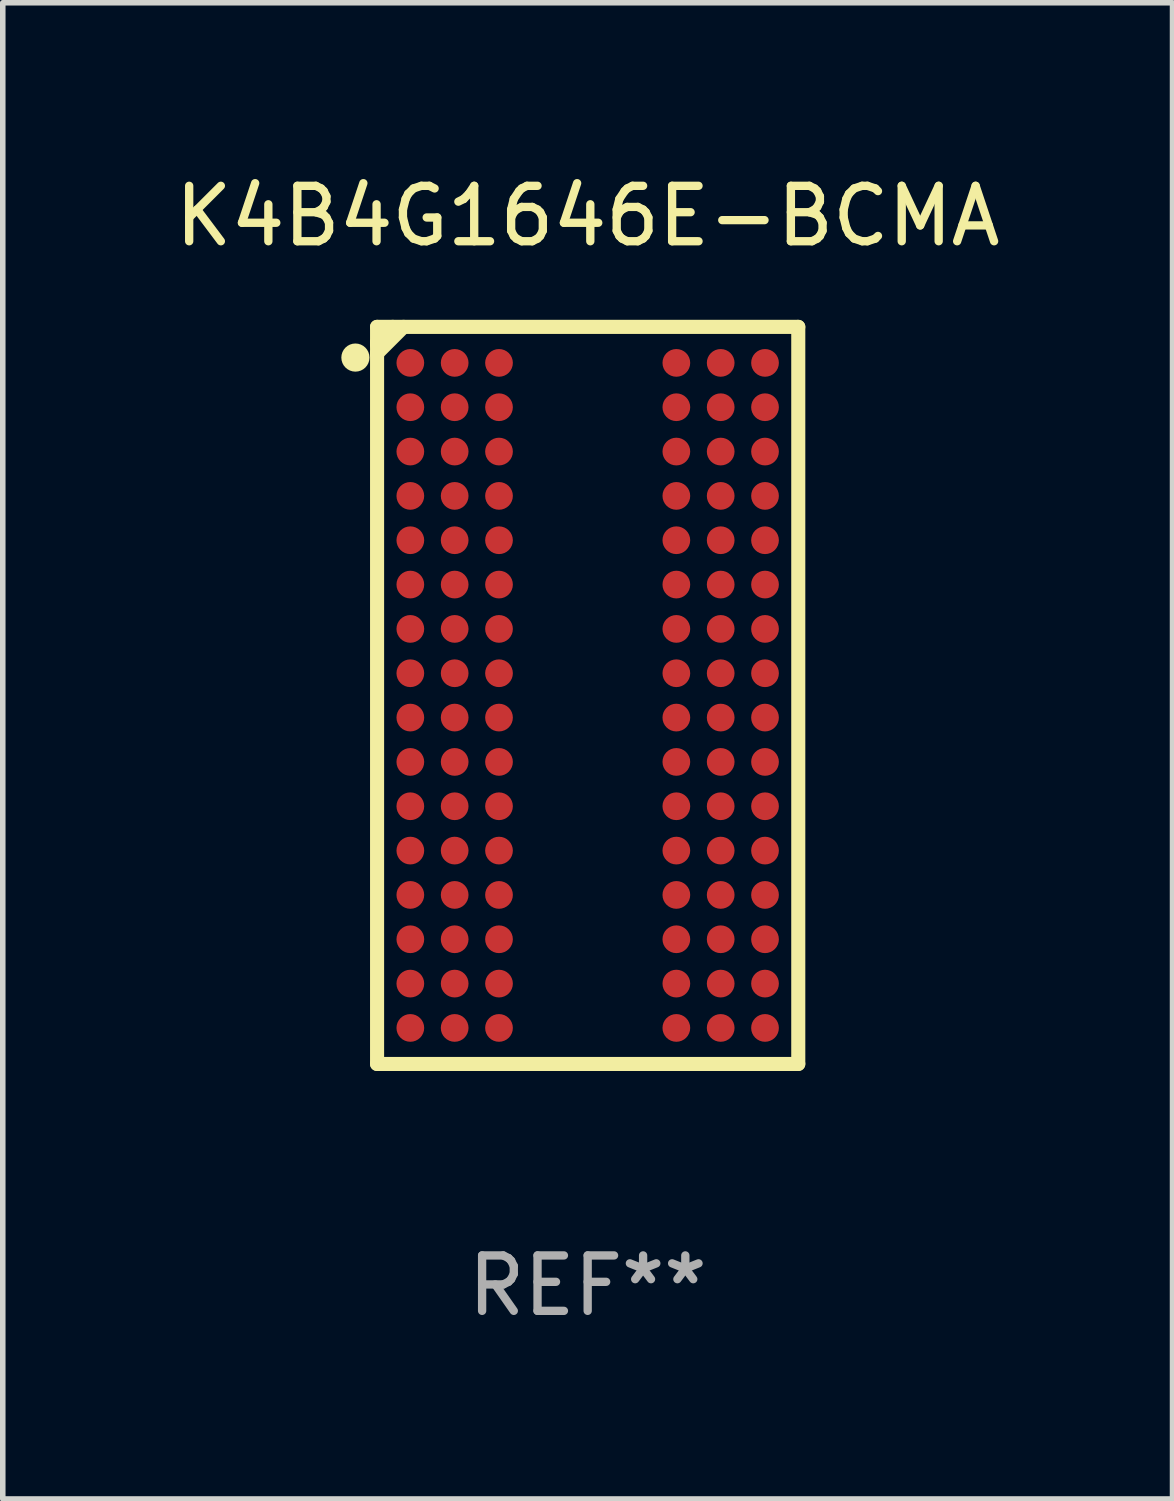
<source format=kicad_pcb>
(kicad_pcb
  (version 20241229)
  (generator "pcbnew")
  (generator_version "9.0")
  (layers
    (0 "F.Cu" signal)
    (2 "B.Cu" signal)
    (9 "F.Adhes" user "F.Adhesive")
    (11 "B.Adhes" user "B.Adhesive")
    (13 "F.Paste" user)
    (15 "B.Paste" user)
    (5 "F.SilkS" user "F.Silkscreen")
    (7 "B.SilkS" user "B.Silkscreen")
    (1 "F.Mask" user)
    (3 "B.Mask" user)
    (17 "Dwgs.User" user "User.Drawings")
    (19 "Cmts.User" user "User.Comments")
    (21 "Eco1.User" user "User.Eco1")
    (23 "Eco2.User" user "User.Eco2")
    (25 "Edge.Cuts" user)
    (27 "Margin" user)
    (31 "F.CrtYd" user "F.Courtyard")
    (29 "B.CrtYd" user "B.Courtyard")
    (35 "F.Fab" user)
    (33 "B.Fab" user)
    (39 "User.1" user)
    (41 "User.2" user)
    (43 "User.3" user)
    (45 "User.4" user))
  (footprint "K4B4G1646E-BCMA"
    (layer "F.Cu")
    (at 7.554 9.498)
    (property "Reference" "K4B4G1646E-BCMA" (at 0 -8.65 0) (layer "F.SilkS") (effects (font (size 1 1) (thickness 0.15))))
    (attr through_hole)
    (fp_line (start -3.8 -6.65) (end -3.8 6.65) (stroke (width 0.254) (type solid)) (layer "F.SilkS"))
    (fp_line (start -3.8 -6.65) (end 3.8 -6.65) (stroke (width 0.254) (type solid)) (layer "F.SilkS"))
    (fp_line (start -3.8 -6.368) (end -3.8 -6.323) (stroke (width 0.254) (type solid)) (layer "F.SilkS"))
    (fp_line (start -3.8 -6.172) (end -3.8 -6.163) (stroke (width 0.254) (type solid)) (layer "F.SilkS"))
    (fp_line (start -3.8 6.65) (end 3.8 6.65) (stroke (width 0.254) (type solid)) (layer "F.SilkS"))
    (fp_line (start -3.518 -6.65) (end -3.8 -6.368) (stroke (width 0.254) (type solid)) (layer "F.SilkS"))
    (fp_line (start -3.322 -6.65) (end -3.8 -6.172) (stroke (width 0.254) (type solid)) (layer "F.SilkS"))
    (fp_line (start 3.8 -6.65) (end 3.8 6.65) (stroke (width 0.254) (type solid)) (layer "F.SilkS"))
    (fp_circle (center -4.191 -6.096) (end -4.064 -6.096) (stroke (width 0.254) (type solid)) (fill no) (layer "F.SilkS"))
    (fp_circle (center -3.75 -6.65) (end -3.72 -6.65) (stroke (width 0.06) (type solid)) (fill no) (layer "F.SilkS"))
    (fp_text user "REF**" (at 0 10.65 0) (layer "F.Fab") (effects (font (size 1 1) (thickness 0.15))))
    (pad "A1" smd circle (at -3.2 -6) (size 0.5 0.5) (layers "F.Cu" "F.Mask" "F.Paste"))
    (pad "A2" smd circle (at -2.4 -6) (size 0.5 0.5) (layers "F.Cu" "F.Mask" "F.Paste"))
    (pad "A3" smd circle (at -1.6 -6) (size 0.5 0.5) (layers "F.Cu" "F.Mask" "F.Paste"))
    (pad "A7" smd circle (at 1.6 -6) (size 0.5 0.5) (layers "F.Cu" "F.Mask" "F.Paste"))
    (pad "A8" smd circle (at 2.4 -6) (size 0.5 0.5) (layers "F.Cu" "F.Mask" "F.Paste"))
    (pad "A9" smd circle (at 3.2 -6) (size 0.5 0.5) (layers "F.Cu" "F.Mask" "F.Paste"))
    (pad "B1" smd circle (at -3.2 -5.2) (size 0.5 0.5) (layers "F.Cu" "F.Mask" "F.Paste"))
    (pad "B2" smd circle (at -2.4 -5.2) (size 0.5 0.5) (layers "F.Cu" "F.Mask" "F.Paste"))
    (pad "B3" smd circle (at -1.6 -5.2) (size 0.5 0.5) (layers "F.Cu" "F.Mask" "F.Paste"))
    (pad "B7" smd circle (at 1.6 -5.2) (size 0.5 0.5) (layers "F.Cu" "F.Mask" "F.Paste"))
    (pad "B8" smd circle (at 2.4 -5.2) (size 0.5 0.5) (layers "F.Cu" "F.Mask" "F.Paste"))
    (pad "B9" smd circle (at 3.2 -5.2) (size 0.5 0.5) (layers "F.Cu" "F.Mask" "F.Paste"))
    (pad "C1" smd circle (at -3.2 -4.4) (size 0.5 0.5) (layers "F.Cu" "F.Mask" "F.Paste"))
    (pad "C2" smd circle (at -2.4 -4.4) (size 0.5 0.5) (layers "F.Cu" "F.Mask" "F.Paste"))
    (pad "C3" smd circle (at -1.6 -4.4) (size 0.5 0.5) (layers "F.Cu" "F.Mask" "F.Paste"))
    (pad "C7" smd circle (at 1.6 -4.4) (size 0.5 0.5) (layers "F.Cu" "F.Mask" "F.Paste"))
    (pad "C8" smd circle (at 2.4 -4.4) (size 0.5 0.5) (layers "F.Cu" "F.Mask" "F.Paste"))
    (pad "C9" smd circle (at 3.2 -4.4) (size 0.5 0.5) (layers "F.Cu" "F.Mask" "F.Paste"))
    (pad "D1" smd circle (at -3.2 -3.6) (size 0.5 0.5) (layers "F.Cu" "F.Mask" "F.Paste"))
    (pad "D2" smd circle (at -2.4 -3.6) (size 0.5 0.5) (layers "F.Cu" "F.Mask" "F.Paste"))
    (pad "D3" smd circle (at -1.6 -3.6) (size 0.5 0.5) (layers "F.Cu" "F.Mask" "F.Paste"))
    (pad "D7" smd circle (at 1.6 -3.6) (size 0.5 0.5) (layers "F.Cu" "F.Mask" "F.Paste"))
    (pad "D8" smd circle (at 2.4 -3.6) (size 0.5 0.5) (layers "F.Cu" "F.Mask" "F.Paste"))
    (pad "D9" smd circle (at 3.2 -3.6) (size 0.5 0.5) (layers "F.Cu" "F.Mask" "F.Paste"))
    (pad "E1" smd circle (at -3.2 -2.8) (size 0.5 0.5) (layers "F.Cu" "F.Mask" "F.Paste"))
    (pad "E2" smd circle (at -2.4 -2.8) (size 0.5 0.5) (layers "F.Cu" "F.Mask" "F.Paste"))
    (pad "E3" smd circle (at -1.6 -2.8) (size 0.5 0.5) (layers "F.Cu" "F.Mask" "F.Paste"))
    (pad "E7" smd circle (at 1.6 -2.8) (size 0.5 0.5) (layers "F.Cu" "F.Mask" "F.Paste"))
    (pad "E8" smd circle (at 2.4 -2.8) (size 0.5 0.5) (layers "F.Cu" "F.Mask" "F.Paste"))
    (pad "E9" smd circle (at 3.2 -2.8) (size 0.5 0.5) (layers "F.Cu" "F.Mask" "F.Paste"))
    (pad "F1" smd circle (at -3.2 -2) (size 0.5 0.5) (layers "F.Cu" "F.Mask" "F.Paste"))
    (pad "F2" smd circle (at -2.4 -2) (size 0.5 0.5) (layers "F.Cu" "F.Mask" "F.Paste"))
    (pad "F3" smd circle (at -1.6 -2) (size 0.5 0.5) (layers "F.Cu" "F.Mask" "F.Paste"))
    (pad "F7" smd circle (at 1.6 -2) (size 0.5 0.5) (layers "F.Cu" "F.Mask" "F.Paste"))
    (pad "F8" smd circle (at 2.4 -2) (size 0.5 0.5) (layers "F.Cu" "F.Mask" "F.Paste"))
    (pad "F9" smd circle (at 3.2 -2) (size 0.5 0.5) (layers "F.Cu" "F.Mask" "F.Paste"))
    (pad "G1" smd circle (at -3.2 -1.2) (size 0.5 0.5) (layers "F.Cu" "F.Mask" "F.Paste"))
    (pad "G2" smd circle (at -2.4 -1.2) (size 0.5 0.5) (layers "F.Cu" "F.Mask" "F.Paste"))
    (pad "G3" smd circle (at -1.6 -1.2) (size 0.5 0.5) (layers "F.Cu" "F.Mask" "F.Paste"))
    (pad "G7" smd circle (at 1.6 -1.2) (size 0.5 0.5) (layers "F.Cu" "F.Mask" "F.Paste"))
    (pad "G8" smd circle (at 2.4 -1.2) (size 0.5 0.5) (layers "F.Cu" "F.Mask" "F.Paste"))
    (pad "G9" smd circle (at 3.2 -1.2) (size 0.5 0.5) (layers "F.Cu" "F.Mask" "F.Paste"))
    (pad "H1" smd circle (at -3.2 -0.4) (size 0.5 0.5) (layers "F.Cu" "F.Mask" "F.Paste"))
    (pad "H2" smd circle (at -2.4 -0.4) (size 0.5 0.5) (layers "F.Cu" "F.Mask" "F.Paste"))
    (pad "H3" smd circle (at -1.6 -0.4) (size 0.5 0.5) (layers "F.Cu" "F.Mask" "F.Paste"))
    (pad "H7" smd circle (at 1.6 -0.4) (size 0.5 0.5) (layers "F.Cu" "F.Mask" "F.Paste"))
    (pad "H8" smd circle (at 2.4 -0.4) (size 0.5 0.5) (layers "F.Cu" "F.Mask" "F.Paste"))
    (pad "H9" smd circle (at 3.2 -0.4) (size 0.5 0.5) (layers "F.Cu" "F.Mask" "F.Paste"))
    (pad "J1" smd circle (at -3.2 0.4) (size 0.5 0.5) (layers "F.Cu" "F.Mask" "F.Paste"))
    (pad "J2" smd circle (at -2.4 0.4) (size 0.5 0.5) (layers "F.Cu" "F.Mask" "F.Paste"))
    (pad "J3" smd circle (at -1.6 0.4) (size 0.5 0.5) (layers "F.Cu" "F.Mask" "F.Paste"))
    (pad "J7" smd circle (at 1.6 0.4) (size 0.5 0.5) (layers "F.Cu" "F.Mask" "F.Paste"))
    (pad "J8" smd circle (at 2.4 0.4) (size 0.5 0.5) (layers "F.Cu" "F.Mask" "F.Paste"))
    (pad "J9" smd circle (at 3.2 0.4) (size 0.5 0.5) (layers "F.Cu" "F.Mask" "F.Paste"))
    (pad "K1" smd circle (at -3.2 1.2) (size 0.5 0.5) (layers "F.Cu" "F.Mask" "F.Paste"))
    (pad "K2" smd circle (at -2.4 1.2) (size 0.5 0.5) (layers "F.Cu" "F.Mask" "F.Paste"))
    (pad "K3" smd circle (at -1.6 1.2) (size 0.5 0.5) (layers "F.Cu" "F.Mask" "F.Paste"))
    (pad "K7" smd circle (at 1.6 1.2) (size 0.5 0.5) (layers "F.Cu" "F.Mask" "F.Paste"))
    (pad "K8" smd circle (at 2.4 1.2) (size 0.5 0.5) (layers "F.Cu" "F.Mask" "F.Paste"))
    (pad "K9" smd circle (at 3.2 1.2) (size 0.5 0.5) (layers "F.Cu" "F.Mask" "F.Paste"))
    (pad "L1" smd circle (at -3.2 2) (size 0.5 0.5) (layers "F.Cu" "F.Mask" "F.Paste"))
    (pad "L2" smd circle (at -2.4 2) (size 0.5 0.5) (layers "F.Cu" "F.Mask" "F.Paste"))
    (pad "L3" smd circle (at -1.6 2) (size 0.5 0.5) (layers "F.Cu" "F.Mask" "F.Paste"))
    (pad "L7" smd circle (at 1.6 2) (size 0.5 0.5) (layers "F.Cu" "F.Mask" "F.Paste"))
    (pad "L8" smd circle (at 2.4 2) (size 0.5 0.5) (layers "F.Cu" "F.Mask" "F.Paste"))
    (pad "L9" smd circle (at 3.2 2) (size 0.5 0.5) (layers "F.Cu" "F.Mask" "F.Paste"))
    (pad "M1" smd circle (at -3.2 2.8) (size 0.5 0.5) (layers "F.Cu" "F.Mask" "F.Paste"))
    (pad "M2" smd circle (at -2.4 2.8) (size 0.5 0.5) (layers "F.Cu" "F.Mask" "F.Paste"))
    (pad "M3" smd circle (at -1.6 2.8) (size 0.5 0.5) (layers "F.Cu" "F.Mask" "F.Paste"))
    (pad "M7" smd circle (at 1.6 2.8) (size 0.5 0.5) (layers "F.Cu" "F.Mask" "F.Paste"))
    (pad "M8" smd circle (at 2.4 2.8) (size 0.5 0.5) (layers "F.Cu" "F.Mask" "F.Paste"))
    (pad "M9" smd circle (at 3.2 2.8) (size 0.5 0.5) (layers "F.Cu" "F.Mask" "F.Paste"))
    (pad "N1" smd circle (at -3.2 3.6) (size 0.5 0.5) (layers "F.Cu" "F.Mask" "F.Paste"))
    (pad "N2" smd circle (at -2.4 3.6) (size 0.5 0.5) (layers "F.Cu" "F.Mask" "F.Paste"))
    (pad "N3" smd circle (at -1.6 3.6) (size 0.5 0.5) (layers "F.Cu" "F.Mask" "F.Paste"))
    (pad "N7" smd circle (at 1.6 3.6) (size 0.5 0.5) (layers "F.Cu" "F.Mask" "F.Paste"))
    (pad "N8" smd circle (at 2.4 3.6) (size 0.5 0.5) (layers "F.Cu" "F.Mask" "F.Paste"))
    (pad "N9" smd circle (at 3.2 3.6) (size 0.5 0.5) (layers "F.Cu" "F.Mask" "F.Paste"))
    (pad "P1" smd circle (at -3.2 4.4) (size 0.5 0.5) (layers "F.Cu" "F.Mask" "F.Paste"))
    (pad "P2" smd circle (at -2.4 4.4) (size 0.5 0.5) (layers "F.Cu" "F.Mask" "F.Paste"))
    (pad "P3" smd circle (at -1.6 4.4) (size 0.5 0.5) (layers "F.Cu" "F.Mask" "F.Paste"))
    (pad "P7" smd circle (at 1.6 4.4) (size 0.5 0.5) (layers "F.Cu" "F.Mask" "F.Paste"))
    (pad "P8" smd circle (at 2.4 4.4) (size 0.5 0.5) (layers "F.Cu" "F.Mask" "F.Paste"))
    (pad "P9" smd circle (at 3.2 4.4) (size 0.5 0.5) (layers "F.Cu" "F.Mask" "F.Paste"))
    (pad "R1" smd circle (at -3.2 5.2) (size 0.5 0.5) (layers "F.Cu" "F.Mask" "F.Paste"))
    (pad "R2" smd circle (at -2.4 5.2) (size 0.5 0.5) (layers "F.Cu" "F.Mask" "F.Paste"))
    (pad "R3" smd circle (at -1.6 5.2) (size 0.5 0.5) (layers "F.Cu" "F.Mask" "F.Paste"))
    (pad "R7" smd circle (at 1.6 5.2) (size 0.5 0.5) (layers "F.Cu" "F.Mask" "F.Paste"))
    (pad "R8" smd circle (at 2.4 5.2) (size 0.5 0.5) (layers "F.Cu" "F.Mask" "F.Paste"))
    (pad "R9" smd circle (at 3.2 5.2) (size 0.5 0.5) (layers "F.Cu" "F.Mask" "F.Paste"))
    (pad "T1" smd circle (at -3.2 6) (size 0.5 0.5) (layers "F.Cu" "F.Mask" "F.Paste"))
    (pad "T2" smd circle (at -2.4 6) (size 0.5 0.5) (layers "F.Cu" "F.Mask" "F.Paste"))
    (pad "T3" smd circle (at -1.6 6) (size 0.5 0.5) (layers "F.Cu" "F.Mask" "F.Paste"))
    (pad "T7" smd circle (at 1.6 6) (size 0.5 0.5) (layers "F.Cu" "F.Mask" "F.Paste"))
    (pad "T8" smd circle (at 2.4 6) (size 0.5 0.5) (layers "F.Cu" "F.Mask" "F.Paste"))
    (pad "T9" smd circle (at 3.2 6) (size 0.5 0.5) (layers "F.Cu" "F.Mask" "F.Paste")))
  (gr_rect
    (start -3 -3)
    (end 18.107 23.997)
    (stroke (width 0.1) (type default))
    (fill no)
    (layer "Edge.Cuts")))
</source>
